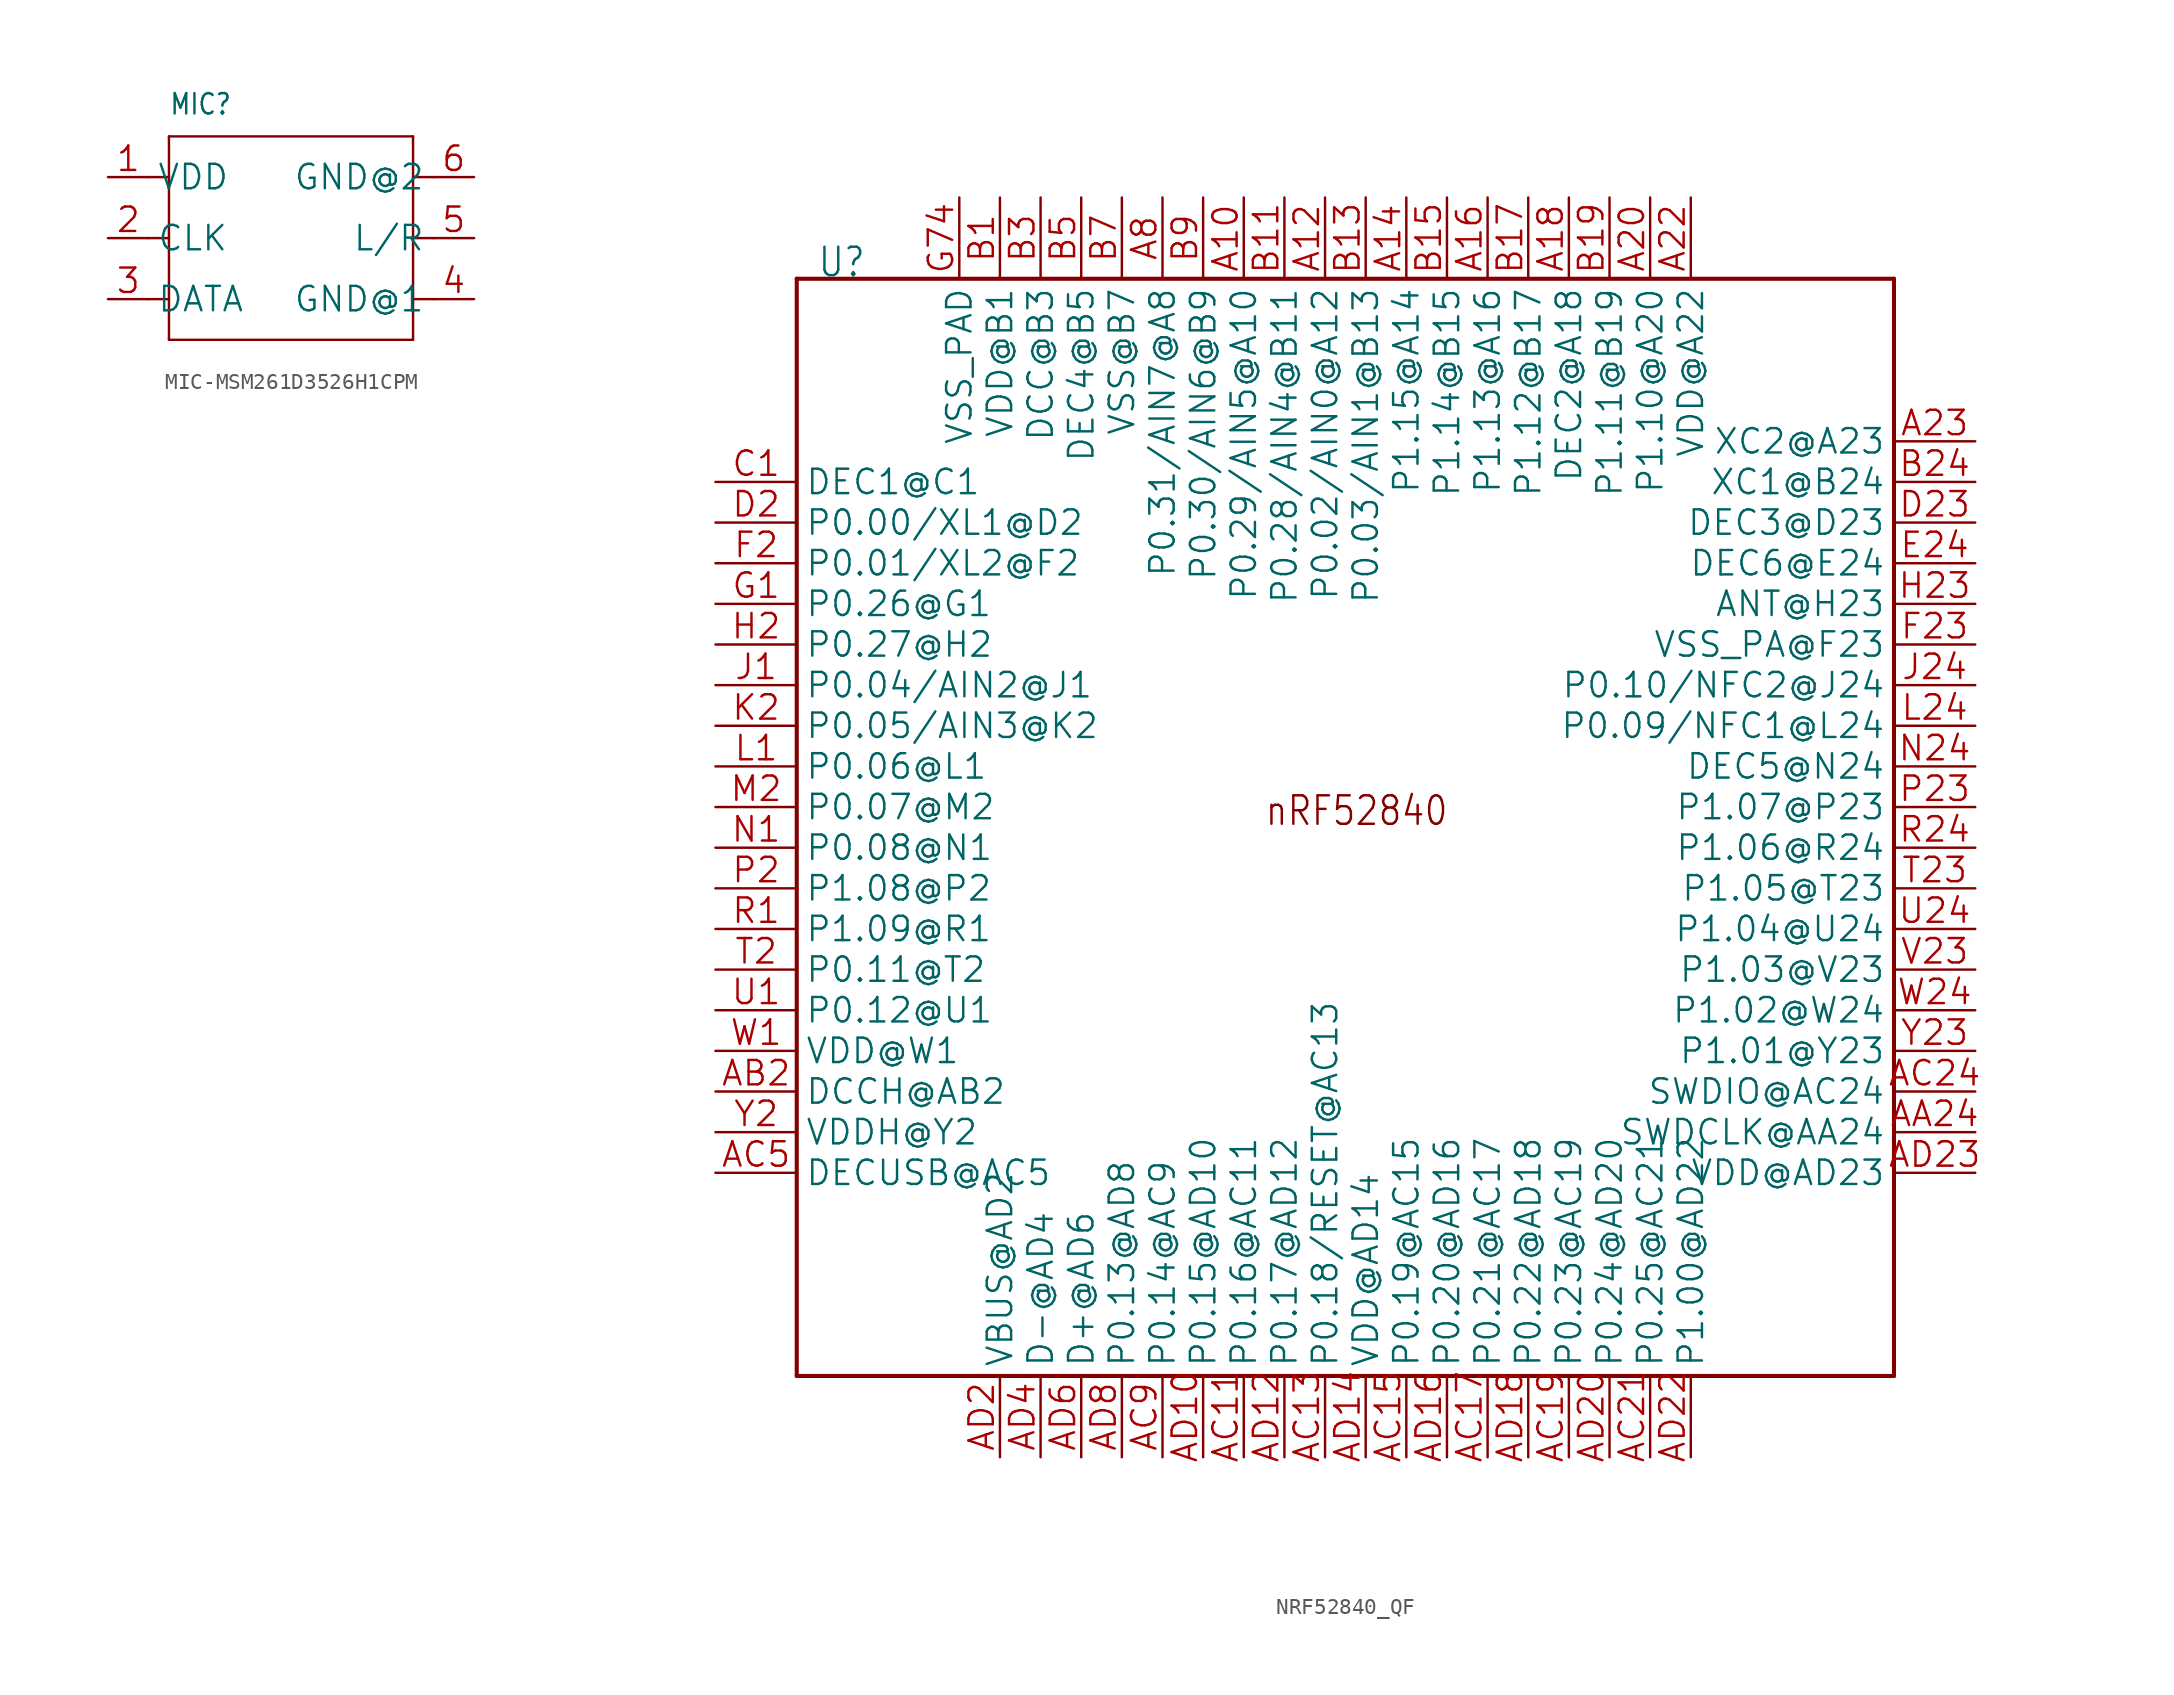
<source format=kicad_sym>
(kicad_symbol_lib
  (version 20241209)
  (generator "kicad_symbol_editor")
  (generator_version "9.0")
  (symbol "MIC-MSM261D3526H1CPM"
    (property "Reference" "MIC"
      (at -7.62 7.62 0)
      (effects (font (size 1.27 1.079)) (justify left bottom)))
    (property "Value" ""
      (at -7.62 6.35 0)
      (effects (font (size 1.27 1.079)) (justify left bottom)))
    (property "ki_locked" ""
      (at 0 0 0)
      (effects (font (size 1.27 1.27))))
    (symbol "MIC-MSM261D3526H1CPM_1_0"
      (polyline (pts (xy -7.62 6.35) (xy 7.62 6.35)) (stroke (width 0.152) (type solid)) (fill (type none)))
      (polyline (pts (xy -7.62 3.81) (xy -8.89 3.81)) (stroke (width 0.152) (type solid)) (fill (type none)))
      (polyline (pts (xy -7.62 3.81) (xy -7.62 6.35)) (stroke (width 0.152) (type solid)) (fill (type none)))
      (polyline (pts (xy -7.62 0) (xy -8.89 0)) (stroke (width 0.152) (type solid)) (fill (type none)))
      (polyline (pts (xy -7.62 0) (xy -7.62 3.81)) (stroke (width 0.152) (type solid)) (fill (type none)))
      (polyline (pts (xy -7.62 -3.81) (xy -8.89 -3.81)) (stroke (width 0.152) (type solid)) (fill (type none)))
      (polyline (pts (xy -7.62 -3.81) (xy -7.62 0)) (stroke (width 0.152) (type solid)) (fill (type none)))
      (polyline (pts (xy -7.62 -6.35) (xy -7.62 -3.81)) (stroke (width 0.152) (type solid)) (fill (type none)))
      (polyline (pts (xy 7.62 6.35) (xy 7.62 3.81)) (stroke (width 0.152) (type solid)) (fill (type none)))
      (polyline (pts (xy 7.62 3.81) (xy 7.62 0)) (stroke (width 0.152) (type solid)) (fill (type none)))
      (polyline (pts (xy 7.62 0) (xy 7.62 -3.81)) (stroke (width 0.152) (type solid)) (fill (type none)))
      (polyline (pts (xy 7.62 -3.81) (xy 7.62 -6.35)) (stroke (width 0.152) (type solid)) (fill (type none)))
      (polyline (pts (xy 7.62 -6.35) (xy -7.62 -6.35)) (stroke (width 0.152) (type solid)) (fill (type none)))
      (polyline (pts (xy 8.89 3.81) (xy 7.62 3.81)) (stroke (width 0.152) (type solid)) (fill (type none)))
      (polyline (pts (xy 8.89 0) (xy 7.62 0)) (stroke (width 0.152) (type solid)) (fill (type none)))
      (polyline (pts (xy 8.89 -3.81) (xy 7.62 -3.81)) (stroke (width 0.152) (type solid)) (fill (type none)))
      (pin bidirectional line (at -11.43 3.81 0) (length 2.54) (name "VDD" (effects (font (size 1.524 1.524)))) (number "1" (effects (font (size 1.524 1.524)))))
      (pin bidirectional line (at -11.43 0 0) (length 2.54) (name "CLK" (effects (font (size 1.524 1.524)))) (number "2" (effects (font (size 1.524 1.524)))))
      (pin bidirectional line (at -11.43 -3.81 0) (length 2.54) (name "DATA" (effects (font (size 1.524 1.524)))) (number "3" (effects (font (size 1.524 1.524)))))
      (pin bidirectional line (at 11.43 3.81 180) (length 2.54) (name "GND@2" (effects (font (size 1.524 1.524)))) (number "6" (effects (font (size 1.524 1.524)))))
      (pin bidirectional line (at 11.43 0 180) (length 2.54) (name "L/R" (effects (font (size 1.524 1.524)))) (number "5" (effects (font (size 1.524 1.524)))))
      (pin bidirectional line (at 11.43 -3.81 180) (length 2.54) (name "GND@1" (effects (font (size 1.524 1.524)))) (number "4" (effects (font (size 1.524 1.524)))))))
  (symbol "NRF52840_QF"
    (property "Reference" "U"
      (at -33.02 34.29 0)
      (effects (font (size 1.778 1.511)) (justify left bottom)))
    (property "Value" ""
      (at 25.4 34.29 0)
      (effects (font (size 1.778 1.511)) (justify left bottom)))
    (property "ki_locked" ""
      (at 0 0 0)
      (effects (font (size 1.27 1.27))))
    (symbol "NRF52840_QF_1_0"
      (polyline (pts (xy -34.29 34.29) (xy 34.29 34.29)) (stroke (width 0.254) (type solid)) (fill (type none)))
      (polyline (pts (xy -34.29 -34.29) (xy -34.29 34.29)) (stroke (width 0.254) (type solid)) (fill (type none)))
      (polyline (pts (xy 34.29 34.29) (xy 34.29 -34.29)) (stroke (width 0.254) (type solid)) (fill (type none)))
      (polyline (pts (xy 34.29 -34.29) (xy -34.29 -34.29)) (stroke (width 0.254) (type solid)) (fill (type none)))
      (text "nRF52840" (at -5.08 0 0) (effects (font (size 1.778 1.511)) (justify left bottom)))
      (pin bidirectional line (at -39.37 21.59 0) (length 5.08) (name "DEC1@C1" (effects (font (size 1.524 1.524)))) (number "C1" (effects (font (size 1.524 1.524)))))
      (pin bidirectional line (at -39.37 19.05 0) (length 5.08) (name "P0.00/XL1@D2" (effects (font (size 1.524 1.524)))) (number "D2" (effects (font (size 1.524 1.524)))))
      (pin bidirectional line (at -39.37 16.51 0) (length 5.08) (name "P0.01/XL2@F2" (effects (font (size 1.524 1.524)))) (number "F2" (effects (font (size 1.524 1.524)))))
      (pin bidirectional line (at -39.37 13.97 0) (length 5.08) (name "P0.26@G1" (effects (font (size 1.524 1.524)))) (number "G1" (effects (font (size 1.524 1.524)))))
      (pin bidirectional line (at -39.37 11.43 0) (length 5.08) (name "P0.27@H2" (effects (font (size 1.524 1.524)))) (number "H2" (effects (font (size 1.524 1.524)))))
      (pin bidirectional line (at -39.37 8.89 0) (length 5.08) (name "P0.04/AIN2@J1" (effects (font (size 1.524 1.524)))) (number "J1" (effects (font (size 1.524 1.524)))))
      (pin bidirectional line (at -39.37 6.35 0) (length 5.08) (name "P0.05/AIN3@K2" (effects (font (size 1.524 1.524)))) (number "K2" (effects (font (size 1.524 1.524)))))
      (pin bidirectional line (at -39.37 3.81 0) (length 5.08) (name "P0.06@L1" (effects (font (size 1.524 1.524)))) (number "L1" (effects (font (size 1.524 1.524)))))
      (pin bidirectional line (at -39.37 1.27 0) (length 5.08) (name "P0.07@M2" (effects (font (size 1.524 1.524)))) (number "M2" (effects (font (size 1.524 1.524)))))
      (pin bidirectional line (at -39.37 -1.27 0) (length 5.08) (name "P0.08@N1" (effects (font (size 1.524 1.524)))) (number "N1" (effects (font (size 1.524 1.524)))))
      (pin bidirectional line (at -39.37 -3.81 0) (length 5.08) (name "P1.08@P2" (effects (font (size 1.524 1.524)))) (number "P2" (effects (font (size 1.524 1.524)))))
      (pin bidirectional line (at -39.37 -6.35 0) (length 5.08) (name "P1.09@R1" (effects (font (size 1.524 1.524)))) (number "R1" (effects (font (size 1.524 1.524)))))
      (pin bidirectional line (at -39.37 -8.89 0) (length 5.08) (name "P0.11@T2" (effects (font (size 1.524 1.524)))) (number "T2" (effects (font (size 1.524 1.524)))))
      (pin bidirectional line (at -39.37 -11.43 0) (length 5.08) (name "P0.12@U1" (effects (font (size 1.524 1.524)))) (number "U1" (effects (font (size 1.524 1.524)))))
      (pin bidirectional line (at -39.37 -13.97 0) (length 5.08) (name "VDD@W1" (effects (font (size 1.524 1.524)))) (number "W1" (effects (font (size 1.524 1.524)))))
      (pin bidirectional line (at -39.37 -16.51 0) (length 5.08) (name "DCCH@AB2" (effects (font (size 1.524 1.524)))) (number "AB2" (effects (font (size 1.524 1.524)))))
      (pin bidirectional line (at -39.37 -19.05 0) (length 5.08) (name "VDDH@Y2" (effects (font (size 1.524 1.524)))) (number "Y2" (effects (font (size 1.524 1.524)))))
      (pin bidirectional line (at -39.37 -21.59 0) (length 5.08) (name "DECUSB@AC5" (effects (font (size 1.524 1.524)))) (number "AC5" (effects (font (size 1.524 1.524)))))
      (pin bidirectional line (at -24.13 39.37 270) (length 5.08) (name "VSS_PAD" (effects (font (size 1.524 1.524)))) (number "G74" (effects (font (size 1.524 1.524)))))
      (pin bidirectional line (at -21.59 39.37 270) (length 5.08) (name "VDD@B1" (effects (font (size 1.524 1.524)))) (number "B1" (effects (font (size 1.524 1.524)))))
      (pin bidirectional line (at -21.59 -39.37 90) (length 5.08) (name "VBUS@AD2" (effects (font (size 1.524 1.524)))) (number "AD2" (effects (font (size 1.524 1.524)))))
      (pin bidirectional line (at -19.05 39.37 270) (length 5.08) (name "DCC@B3" (effects (font (size 1.524 1.524)))) (number "B3" (effects (font (size 1.524 1.524)))))
      (pin bidirectional line (at -19.05 -39.37 90) (length 5.08) (name "D-@AD4" (effects (font (size 1.524 1.524)))) (number "AD4" (effects (font (size 1.524 1.524)))))
      (pin bidirectional line (at -16.51 39.37 270) (length 5.08) (name "DEC4@B5" (effects (font (size 1.524 1.524)))) (number "B5" (effects (font (size 1.524 1.524)))))
      (pin bidirectional line (at -16.51 -39.37 90) (length 5.08) (name "D+@AD6" (effects (font (size 1.524 1.524)))) (number "AD6" (effects (font (size 1.524 1.524)))))
      (pin bidirectional line (at -13.97 39.37 270) (length 5.08) (name "VSS@B7" (effects (font (size 1.524 1.524)))) (number "B7" (effects (font (size 1.524 1.524)))))
      (pin bidirectional line (at -13.97 -39.37 90) (length 5.08) (name "P0.13@AD8" (effects (font (size 1.524 1.524)))) (number "AD8" (effects (font (size 1.524 1.524)))))
      (pin bidirectional line (at -11.43 39.37 270) (length 5.08) (name "P0.31/AIN7@A8" (effects (font (size 1.524 1.524)))) (number "A8" (effects (font (size 1.524 1.524)))))
      (pin bidirectional line (at -11.43 -39.37 90) (length 5.08) (name "P0.14@AC9" (effects (font (size 1.524 1.524)))) (number "AC9" (effects (font (size 1.524 1.524)))))
      (pin bidirectional line (at -8.89 39.37 270) (length 5.08) (name "P0.30/AIN6@B9" (effects (font (size 1.524 1.524)))) (number "B9" (effects (font (size 1.524 1.524)))))
      (pin bidirectional line (at -8.89 -39.37 90) (length 5.08) (name "P0.15@AD10" (effects (font (size 1.524 1.524)))) (number "AD10" (effects (font (size 1.524 1.524)))))
      (pin bidirectional line (at -6.35 39.37 270) (length 5.08) (name "P0.29/AIN5@A10" (effects (font (size 1.524 1.524)))) (number "A10" (effects (font (size 1.524 1.524)))))
      (pin bidirectional line (at -6.35 -39.37 90) (length 5.08) (name "P0.16@AC11" (effects (font (size 1.524 1.524)))) (number "AC11" (effects (font (size 1.524 1.524)))))
      (pin bidirectional line (at -3.81 39.37 270) (length 5.08) (name "P0.28/AIN4@B11" (effects (font (size 1.524 1.524)))) (number "B11" (effects (font (size 1.524 1.524)))))
      (pin bidirectional line (at -3.81 -39.37 90) (length 5.08) (name "P0.17@AD12" (effects (font (size 1.524 1.524)))) (number "AD12" (effects (font (size 1.524 1.524)))))
      (pin bidirectional line (at -1.27 39.37 270) (length 5.08) (name "P0.02/AIN0@A12" (effects (font (size 1.524 1.524)))) (number "A12" (effects (font (size 1.524 1.524)))))
      (pin bidirectional line (at -1.27 -39.37 90) (length 5.08) (name "P0.18/RESET@AC13" (effects (font (size 1.524 1.524)))) (number "AC13" (effects (font (size 1.524 1.524)))))
      (pin bidirectional line (at 1.27 39.37 270) (length 5.08) (name "P0.03/AIN1@B13" (effects (font (size 1.524 1.524)))) (number "B13" (effects (font (size 1.524 1.524)))))
      (pin bidirectional line (at 1.27 -39.37 90) (length 5.08) (name "VDD@AD14" (effects (font (size 1.524 1.524)))) (number "AD14" (effects (font (size 1.524 1.524)))))
      (pin bidirectional line (at 3.81 39.37 270) (length 5.08) (name "P1.15@A14" (effects (font (size 1.524 1.524)))) (number "A14" (effects (font (size 1.524 1.524)))))
      (pin bidirectional line (at 3.81 -39.37 90) (length 5.08) (name "P0.19@AC15" (effects (font (size 1.524 1.524)))) (number "AC15" (effects (font (size 1.524 1.524)))))
      (pin bidirectional line (at 6.35 39.37 270) (length 5.08) (name "P1.14@B15" (effects (font (size 1.524 1.524)))) (number "B15" (effects (font (size 1.524 1.524)))))
      (pin bidirectional line (at 6.35 -39.37 90) (length 5.08) (name "P0.20@AD16" (effects (font (size 1.524 1.524)))) (number "AD16" (effects (font (size 1.524 1.524)))))
      (pin bidirectional line (at 8.89 39.37 270) (length 5.08) (name "P1.13@A16" (effects (font (size 1.524 1.524)))) (number "A16" (effects (font (size 1.524 1.524)))))
      (pin bidirectional line (at 8.89 -39.37 90) (length 5.08) (name "P0.21@AC17" (effects (font (size 1.524 1.524)))) (number "AC17" (effects (font (size 1.524 1.524)))))
      (pin bidirectional line (at 11.43 39.37 270) (length 5.08) (name "P1.12@B17" (effects (font (size 1.524 1.524)))) (number "B17" (effects (font (size 1.524 1.524)))))
      (pin bidirectional line (at 11.43 -39.37 90) (length 5.08) (name "P0.22@AD18" (effects (font (size 1.524 1.524)))) (number "AD18" (effects (font (size 1.524 1.524)))))
      (pin bidirectional line (at 13.97 39.37 270) (length 5.08) (name "DEC2@A18" (effects (font (size 1.524 1.524)))) (number "A18" (effects (font (size 1.524 1.524)))))
      (pin bidirectional line (at 13.97 -39.37 90) (length 5.08) (name "P0.23@AC19" (effects (font (size 1.524 1.524)))) (number "AC19" (effects (font (size 1.524 1.524)))))
      (pin bidirectional line (at 16.51 39.37 270) (length 5.08) (name "P1.11@B19" (effects (font (size 1.524 1.524)))) (number "B19" (effects (font (size 1.524 1.524)))))
      (pin bidirectional line (at 16.51 -39.37 90) (length 5.08) (name "P0.24@AD20" (effects (font (size 1.524 1.524)))) (number "AD20" (effects (font (size 1.524 1.524)))))
      (pin bidirectional line (at 19.05 39.37 270) (length 5.08) (name "P1.10@A20" (effects (font (size 1.524 1.524)))) (number "A20" (effects (font (size 1.524 1.524)))))
      (pin bidirectional line (at 19.05 -39.37 90) (length 5.08) (name "P0.25@AC21" (effects (font (size 1.524 1.524)))) (number "AC21" (effects (font (size 1.524 1.524)))))
      (pin bidirectional line (at 21.59 39.37 270) (length 5.08) (name "VDD@A22" (effects (font (size 1.524 1.524)))) (number "A22" (effects (font (size 1.524 1.524)))))
      (pin bidirectional line (at 21.59 -39.37 90) (length 5.08) (name "P1.00@AD22" (effects (font (size 1.524 1.524)))) (number "AD22" (effects (font (size 1.524 1.524)))))
      (pin bidirectional line (at 39.37 24.13 180) (length 5.08) (name "XC2@A23" (effects (font (size 1.524 1.524)))) (number "A23" (effects (font (size 1.524 1.524)))))
      (pin bidirectional line (at 39.37 21.59 180) (length 5.08) (name "XC1@B24" (effects (font (size 1.524 1.524)))) (number "B24" (effects (font (size 1.524 1.524)))))
      (pin bidirectional line (at 39.37 19.05 180) (length 5.08) (name "DEC3@D23" (effects (font (size 1.524 1.524)))) (number "D23" (effects (font (size 1.524 1.524)))))
      (pin bidirectional line (at 39.37 16.51 180) (length 5.08) (name "DEC6@E24" (effects (font (size 1.524 1.524)))) (number "E24" (effects (font (size 1.524 1.524)))))
      (pin bidirectional line (at 39.37 13.97 180) (length 5.08) (name "ANT@H23" (effects (font (size 1.524 1.524)))) (number "H23" (effects (font (size 1.524 1.524)))))
      (pin bidirectional line (at 39.37 11.43 180) (length 5.08) (name "VSS_PA@F23" (effects (font (size 1.524 1.524)))) (number "F23" (effects (font (size 1.524 1.524)))))
      (pin bidirectional line (at 39.37 8.89 180) (length 5.08) (name "P0.10/NFC2@J24" (effects (font (size 1.524 1.524)))) (number "J24" (effects (font (size 1.524 1.524)))))
      (pin bidirectional line (at 39.37 6.35 180) (length 5.08) (name "P0.09/NFC1@L24" (effects (font (size 1.524 1.524)))) (number "L24" (effects (font (size 1.524 1.524)))))
      (pin bidirectional line (at 39.37 3.81 180) (length 5.08) (name "DEC5@N24" (effects (font (size 1.524 1.524)))) (number "N24" (effects (font (size 1.524 1.524)))))
      (pin bidirectional line (at 39.37 1.27 180) (length 5.08) (name "P1.07@P23" (effects (font (size 1.524 1.524)))) (number "P23" (effects (font (size 1.524 1.524)))))
      (pin bidirectional line (at 39.37 -1.27 180) (length 5.08) (name "P1.06@R24" (effects (font (size 1.524 1.524)))) (number "R24" (effects (font (size 1.524 1.524)))))
      (pin bidirectional line (at 39.37 -3.81 180) (length 5.08) (name "P1.05@T23" (effects (font (size 1.524 1.524)))) (number "T23" (effects (font (size 1.524 1.524)))))
      (pin bidirectional line (at 39.37 -6.35 180) (length 5.08) (name "P1.04@U24" (effects (font (size 1.524 1.524)))) (number "U24" (effects (font (size 1.524 1.524)))))
      (pin bidirectional line (at 39.37 -8.89 180) (length 5.08) (name "P1.03@V23" (effects (font (size 1.524 1.524)))) (number "V23" (effects (font (size 1.524 1.524)))))
      (pin bidirectional line (at 39.37 -11.43 180) (length 5.08) (name "P1.02@W24" (effects (font (size 1.524 1.524)))) (number "W24" (effects (font (size 1.524 1.524)))))
      (pin bidirectional line (at 39.37 -13.97 180) (length 5.08) (name "P1.01@Y23" (effects (font (size 1.524 1.524)))) (number "Y23" (effects (font (size 1.524 1.524)))))
      (pin bidirectional line (at 39.37 -16.51 180) (length 5.08) (name "SWDIO@AC24" (effects (font (size 1.524 1.524)))) (number "AC24" (effects (font (size 1.524 1.524)))))
      (pin input line (at 39.37 -19.05 180) (length 5.08) (name "SWDCLK@AA24" (effects (font (size 1.524 1.524)))) (number "AA24" (effects (font (size 1.524 1.524)))))
      (pin bidirectional line (at 39.37 -21.59 180) (length 5.08) (name "VDD@AD23" (effects (font (size 1.524 1.524)))) (number "AD23" (effects (font (size 1.524 1.524))))))))
</source>
